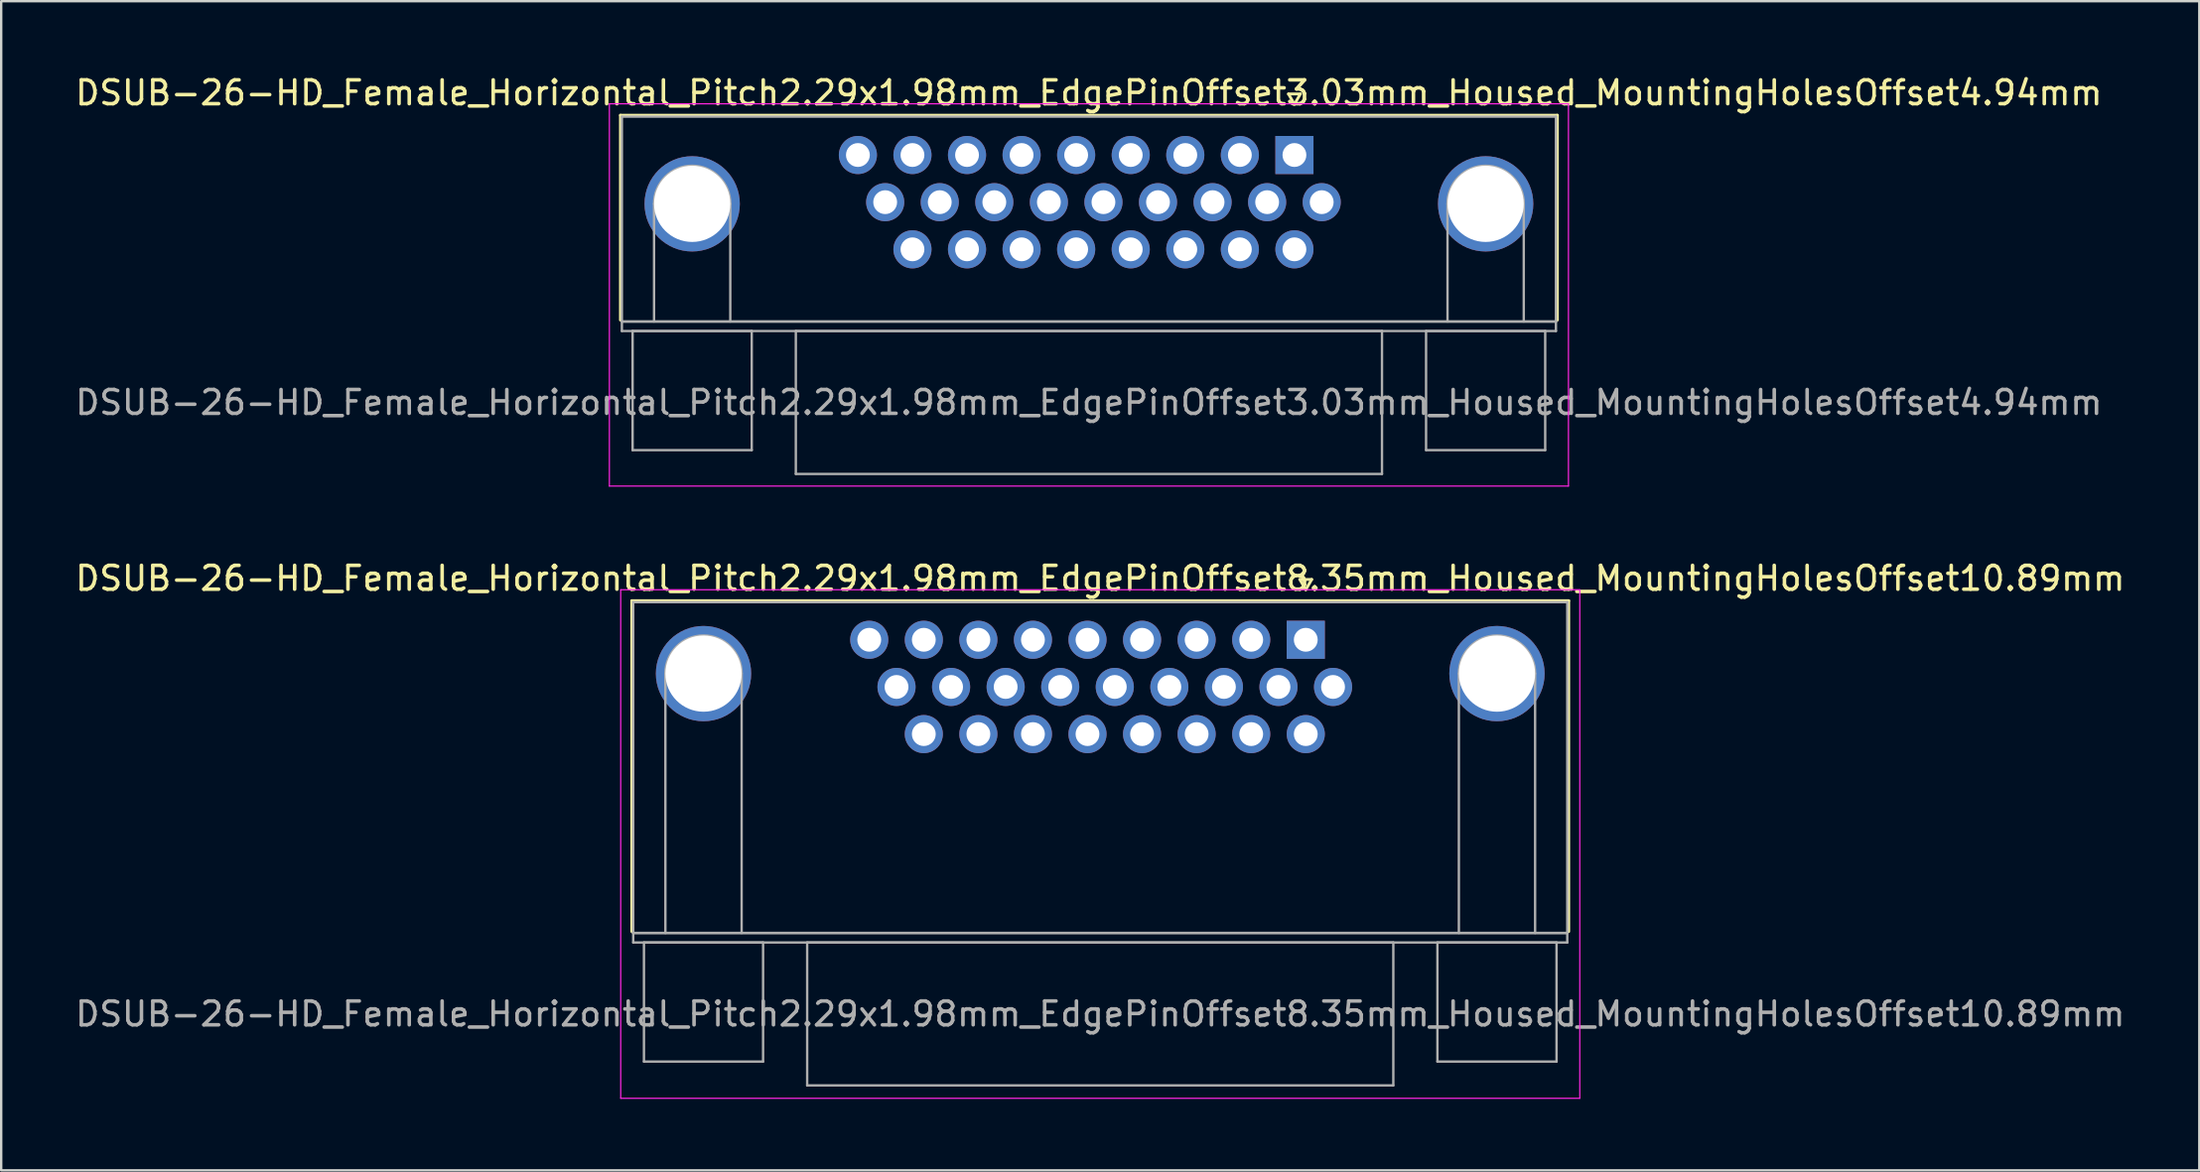
<source format=kicad_pcb>
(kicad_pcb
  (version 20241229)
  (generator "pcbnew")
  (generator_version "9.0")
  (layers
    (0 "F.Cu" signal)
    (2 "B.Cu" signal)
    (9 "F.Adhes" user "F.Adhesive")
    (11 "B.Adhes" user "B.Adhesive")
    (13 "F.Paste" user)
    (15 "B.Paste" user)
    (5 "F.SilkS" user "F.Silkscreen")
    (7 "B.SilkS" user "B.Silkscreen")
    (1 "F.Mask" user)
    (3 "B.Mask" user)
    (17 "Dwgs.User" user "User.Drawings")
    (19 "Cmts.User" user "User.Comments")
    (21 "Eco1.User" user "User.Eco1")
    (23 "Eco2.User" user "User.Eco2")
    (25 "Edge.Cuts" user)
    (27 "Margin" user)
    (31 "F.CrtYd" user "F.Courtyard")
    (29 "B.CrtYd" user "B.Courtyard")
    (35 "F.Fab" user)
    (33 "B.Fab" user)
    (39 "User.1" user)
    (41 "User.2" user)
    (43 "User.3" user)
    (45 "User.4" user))
  (footprint "DSUB-26-HD_Female_Horizontal_Pitch2.29x1.98mm_EdgePinOffset3.03mm_Housed_MountingHolesOffset4.94mm"
    (layer "F.Cu")
    (at 51.274 3.458)
    (property "Reference" "DSUB-26-HD_Female_Horizontal_Pitch2.29x1.98mm_EdgePinOffset3.03mm_Housed_MountingHolesOffset4.94mm" (at -8.625 -2.61 0) (layer "F.SilkS") (effects (font (size 1 1) (thickness 0.15))))
    (attr through_hole)
    (fp_line (start -28.285 -1.67) (end 11.035 -1.67) (stroke (width 0.12) (type solid)) (layer "F.SilkS"))
    (fp_line (start -28.285 6.93) (end -28.285 -1.67) (stroke (width 0.12) (type solid)) (layer "F.SilkS"))
    (fp_line (start -0.25 -2.564) (end 0.25 -2.564) (stroke (width 0.12) (type solid)) (layer "F.SilkS"))
    (fp_line (start 0 -2.131) (end -0.25 -2.564) (stroke (width 0.12) (type solid)) (layer "F.SilkS"))
    (fp_line (start 0.25 -2.564) (end 0 -2.131) (stroke (width 0.12) (type solid)) (layer "F.SilkS"))
    (fp_line (start 11.035 -1.67) (end 11.035 6.93) (stroke (width 0.12) (type solid)) (layer "F.SilkS"))
    (fp_line (start -28.75 -2.15) (end -28.75 13.9) (stroke (width 0.05) (type solid)) (layer "F.CrtYd"))
    (fp_line (start -28.75 13.9) (end 11.5 13.9) (stroke (width 0.05) (type solid)) (layer "F.CrtYd"))
    (fp_line (start 11.5 -2.15) (end -28.75 -2.15) (stroke (width 0.05) (type solid)) (layer "F.CrtYd"))
    (fp_line (start 11.5 13.9) (end 11.5 -2.15) (stroke (width 0.05) (type solid)) (layer "F.CrtYd"))
    (fp_line (start -28.225 -1.61) (end -28.225 6.99) (stroke (width 0.1) (type solid)) (layer "F.Fab"))
    (fp_line (start -28.225 6.99) (end -28.225 7.39) (stroke (width 0.1) (type solid)) (layer "F.Fab"))
    (fp_line (start -28.225 6.99) (end 10.975 6.99) (stroke (width 0.1) (type solid)) (layer "F.Fab"))
    (fp_line (start -28.225 7.39) (end 10.975 7.39) (stroke (width 0.1) (type solid)) (layer "F.Fab"))
    (fp_line (start -27.775 7.39) (end -27.775 12.39) (stroke (width 0.1) (type solid)) (layer "F.Fab"))
    (fp_line (start -27.775 12.39) (end -22.775 12.39) (stroke (width 0.1) (type solid)) (layer "F.Fab"))
    (fp_line (start -26.875 6.99) (end -26.875 2.05) (stroke (width 0.1) (type solid)) (layer "F.Fab"))
    (fp_line (start -23.675 6.99) (end -23.675 2.05) (stroke (width 0.1) (type solid)) (layer "F.Fab"))
    (fp_line (start -22.775 7.39) (end -27.775 7.39) (stroke (width 0.1) (type solid)) (layer "F.Fab"))
    (fp_line (start -22.775 12.39) (end -22.775 7.39) (stroke (width 0.1) (type solid)) (layer "F.Fab"))
    (fp_line (start -20.925 7.39) (end -20.925 13.39) (stroke (width 0.1) (type solid)) (layer "F.Fab"))
    (fp_line (start -20.925 13.39) (end 3.675 13.39) (stroke (width 0.1) (type solid)) (layer "F.Fab"))
    (fp_line (start 3.675 7.39) (end -20.925 7.39) (stroke (width 0.1) (type solid)) (layer "F.Fab"))
    (fp_line (start 3.675 13.39) (end 3.675 7.39) (stroke (width 0.1) (type solid)) (layer "F.Fab"))
    (fp_line (start 5.525 7.39) (end 5.525 12.39) (stroke (width 0.1) (type solid)) (layer "F.Fab"))
    (fp_line (start 5.525 12.39) (end 10.525 12.39) (stroke (width 0.1) (type solid)) (layer "F.Fab"))
    (fp_line (start 6.425 6.99) (end 6.425 2.05) (stroke (width 0.1) (type solid)) (layer "F.Fab"))
    (fp_line (start 9.625 6.99) (end 9.625 2.05) (stroke (width 0.1) (type solid)) (layer "F.Fab"))
    (fp_line (start 10.525 7.39) (end 5.525 7.39) (stroke (width 0.1) (type solid)) (layer "F.Fab"))
    (fp_line (start 10.525 12.39) (end 10.525 7.39) (stroke (width 0.1) (type solid)) (layer "F.Fab"))
    (fp_line (start 10.975 -1.61) (end -28.225 -1.61) (stroke (width 0.1) (type solid)) (layer "F.Fab"))
    (fp_line (start 10.975 6.99) (end -28.225 6.99) (stroke (width 0.1) (type solid)) (layer "F.Fab"))
    (fp_line (start 10.975 6.99) (end 10.975 -1.61) (stroke (width 0.1) (type solid)) (layer "F.Fab"))
    (fp_line (start 10.975 7.39) (end 10.975 6.99) (stroke (width 0.1) (type solid)) (layer "F.Fab"))
    (fp_arc (start -26.875 2.05) (mid -25.275 0.45) (end -23.675 2.05) (stroke (width 0.1) (type solid)) (layer "F.Fab"))
    (fp_arc (start 6.425 2.05) (mid 8.025 0.45) (end 9.625 2.05) (stroke (width 0.1) (type solid)) (layer "F.Fab"))
    (fp_text user "${REFERENCE}" (at -8.625 10.39 0) (layer "F.Fab") (effects (font (size 1 1) (thickness 0.15))))
    (pad "0" thru_hole circle (at -25.275 2.05) (size 4 4) (drill 3.2) (layers "*.Cu" "*.Mask"))
    (pad "0" thru_hole circle (at 8.025 2.05) (size 4 4) (drill 3.2) (layers "*.Cu" "*.Mask"))
    (pad "1" thru_hole rect (at 0 0) (size 1.6 1.6) (drill 1) (layers "*.Cu" "*.Mask"))
    (pad "2" thru_hole circle (at -2.29 0) (size 1.6 1.6) (drill 1) (layers "*.Cu" "*.Mask"))
    (pad "3" thru_hole circle (at -4.58 0) (size 1.6 1.6) (drill 1) (layers "*.Cu" "*.Mask"))
    (pad "4" thru_hole circle (at -6.87 0) (size 1.6 1.6) (drill 1) (layers "*.Cu" "*.Mask"))
    (pad "5" thru_hole circle (at -9.16 0) (size 1.6 1.6) (drill 1) (layers "*.Cu" "*.Mask"))
    (pad "6" thru_hole circle (at -11.45 0) (size 1.6 1.6) (drill 1) (layers "*.Cu" "*.Mask"))
    (pad "7" thru_hole circle (at -13.74 0) (size 1.6 1.6) (drill 1) (layers "*.Cu" "*.Mask"))
    (pad "8" thru_hole circle (at -16.03 0) (size 1.6 1.6) (drill 1) (layers "*.Cu" "*.Mask"))
    (pad "9" thru_hole circle (at -18.32 0) (size 1.6 1.6) (drill 1) (layers "*.Cu" "*.Mask"))
    (pad "10" thru_hole circle (at 1.145 1.98) (size 1.6 1.6) (drill 1) (layers "*.Cu" "*.Mask"))
    (pad "11" thru_hole circle (at -1.145 1.98) (size 1.6 1.6) (drill 1) (layers "*.Cu" "*.Mask"))
    (pad "12" thru_hole circle (at -3.435 1.98) (size 1.6 1.6) (drill 1) (layers "*.Cu" "*.Mask"))
    (pad "13" thru_hole circle (at -5.725 1.98) (size 1.6 1.6) (drill 1) (layers "*.Cu" "*.Mask"))
    (pad "14" thru_hole circle (at -8.015 1.98) (size 1.6 1.6) (drill 1) (layers "*.Cu" "*.Mask"))
    (pad "15" thru_hole circle (at -10.305 1.98) (size 1.6 1.6) (drill 1) (layers "*.Cu" "*.Mask"))
    (pad "16" thru_hole circle (at -12.595 1.98) (size 1.6 1.6) (drill 1) (layers "*.Cu" "*.Mask"))
    (pad "17" thru_hole circle (at -14.885 1.98) (size 1.6 1.6) (drill 1) (layers "*.Cu" "*.Mask"))
    (pad "18" thru_hole circle (at -17.175 1.98) (size 1.6 1.6) (drill 1) (layers "*.Cu" "*.Mask"))
    (pad "19" thru_hole circle (at 0 3.96) (size 1.6 1.6) (drill 1) (layers "*.Cu" "*.Mask"))
    (pad "20" thru_hole circle (at -2.29 3.96) (size 1.6 1.6) (drill 1) (layers "*.Cu" "*.Mask"))
    (pad "21" thru_hole circle (at -4.58 3.96) (size 1.6 1.6) (drill 1) (layers "*.Cu" "*.Mask"))
    (pad "22" thru_hole circle (at -6.87 3.96) (size 1.6 1.6) (drill 1) (layers "*.Cu" "*.Mask"))
    (pad "23" thru_hole circle (at -9.16 3.96) (size 1.6 1.6) (drill 1) (layers "*.Cu" "*.Mask"))
    (pad "24" thru_hole circle (at -11.45 3.96) (size 1.6 1.6) (drill 1) (layers "*.Cu" "*.Mask"))
    (pad "25" thru_hole circle (at -13.74 3.96) (size 1.6 1.6) (drill 1) (layers "*.Cu" "*.Mask"))
    (pad "26" thru_hole circle (at -16.03 3.96) (size 1.6 1.6) (drill 1) (layers "*.Cu" "*.Mask")))
  (footprint "DSUB-26-HD_Female_Horizontal_Pitch2.29x1.98mm_EdgePinOffset8.35mm_Housed_MountingHolesOffset10.89mm"
    (layer "F.Cu")
    (at 51.75 23.811)
    (property "Reference" "DSUB-26-HD_Female_Horizontal_Pitch2.29x1.98mm_EdgePinOffset8.35mm_Housed_MountingHolesOffset10.89mm" (at -8.625 -2.58 0) (layer "F.SilkS") (effects (font (size 1 1) (thickness 0.15))))
    (attr through_hole)
    (fp_line (start -28.285 -1.64) (end 11.035 -1.64) (stroke (width 0.12) (type solid)) (layer "F.SilkS"))
    (fp_line (start -28.285 12.25) (end -28.285 -1.64) (stroke (width 0.12) (type solid)) (layer "F.SilkS"))
    (fp_line (start -0.25 -2.534) (end 0.25 -2.534) (stroke (width 0.12) (type solid)) (layer "F.SilkS"))
    (fp_line (start 0 -2.101) (end -0.25 -2.534) (stroke (width 0.12) (type solid)) (layer "F.SilkS"))
    (fp_line (start 0.25 -2.534) (end 0 -2.101) (stroke (width 0.12) (type solid)) (layer "F.SilkS"))
    (fp_line (start 11.035 -1.64) (end 11.035 12.25) (stroke (width 0.12) (type solid)) (layer "F.SilkS"))
    (fp_line (start -28.75 -2.1) (end -28.75 19.25) (stroke (width 0.05) (type solid)) (layer "F.CrtYd"))
    (fp_line (start -28.75 19.25) (end 11.5 19.25) (stroke (width 0.05) (type solid)) (layer "F.CrtYd"))
    (fp_line (start 11.5 -2.1) (end -28.75 -2.1) (stroke (width 0.05) (type solid)) (layer "F.CrtYd"))
    (fp_line (start 11.5 19.25) (end 11.5 -2.1) (stroke (width 0.05) (type solid)) (layer "F.CrtYd"))
    (fp_line (start -28.225 -1.58) (end -28.225 12.31) (stroke (width 0.1) (type solid)) (layer "F.Fab"))
    (fp_line (start -28.225 12.31) (end -28.225 12.71) (stroke (width 0.1) (type solid)) (layer "F.Fab"))
    (fp_line (start -28.225 12.31) (end 10.975 12.31) (stroke (width 0.1) (type solid)) (layer "F.Fab"))
    (fp_line (start -28.225 12.71) (end 10.975 12.71) (stroke (width 0.1) (type solid)) (layer "F.Fab"))
    (fp_line (start -27.775 12.71) (end -27.775 17.71) (stroke (width 0.1) (type solid)) (layer "F.Fab"))
    (fp_line (start -27.775 17.71) (end -22.775 17.71) (stroke (width 0.1) (type solid)) (layer "F.Fab"))
    (fp_line (start -26.875 12.31) (end -26.875 1.42) (stroke (width 0.1) (type solid)) (layer "F.Fab"))
    (fp_line (start -23.675 12.31) (end -23.675 1.42) (stroke (width 0.1) (type solid)) (layer "F.Fab"))
    (fp_line (start -22.775 12.71) (end -27.775 12.71) (stroke (width 0.1) (type solid)) (layer "F.Fab"))
    (fp_line (start -22.775 17.71) (end -22.775 12.71) (stroke (width 0.1) (type solid)) (layer "F.Fab"))
    (fp_line (start -20.925 12.71) (end -20.925 18.71) (stroke (width 0.1) (type solid)) (layer "F.Fab"))
    (fp_line (start -20.925 18.71) (end 3.675 18.71) (stroke (width 0.1) (type solid)) (layer "F.Fab"))
    (fp_line (start 3.675 12.71) (end -20.925 12.71) (stroke (width 0.1) (type solid)) (layer "F.Fab"))
    (fp_line (start 3.675 18.71) (end 3.675 12.71) (stroke (width 0.1) (type solid)) (layer "F.Fab"))
    (fp_line (start 5.525 12.71) (end 5.525 17.71) (stroke (width 0.1) (type solid)) (layer "F.Fab"))
    (fp_line (start 5.525 17.71) (end 10.525 17.71) (stroke (width 0.1) (type solid)) (layer "F.Fab"))
    (fp_line (start 6.425 12.31) (end 6.425 1.42) (stroke (width 0.1) (type solid)) (layer "F.Fab"))
    (fp_line (start 9.625 12.31) (end 9.625 1.42) (stroke (width 0.1) (type solid)) (layer "F.Fab"))
    (fp_line (start 10.525 12.71) (end 5.525 12.71) (stroke (width 0.1) (type solid)) (layer "F.Fab"))
    (fp_line (start 10.525 17.71) (end 10.525 12.71) (stroke (width 0.1) (type solid)) (layer "F.Fab"))
    (fp_line (start 10.975 -1.58) (end -28.225 -1.58) (stroke (width 0.1) (type solid)) (layer "F.Fab"))
    (fp_line (start 10.975 12.31) (end -28.225 12.31) (stroke (width 0.1) (type solid)) (layer "F.Fab"))
    (fp_line (start 10.975 12.31) (end 10.975 -1.58) (stroke (width 0.1) (type solid)) (layer "F.Fab"))
    (fp_line (start 10.975 12.71) (end 10.975 12.31) (stroke (width 0.1) (type solid)) (layer "F.Fab"))
    (fp_arc (start -26.875 1.42) (mid -25.275 -0.18) (end -23.675 1.42) (stroke (width 0.1) (type solid)) (layer "F.Fab"))
    (fp_arc (start 6.425 1.42) (mid 8.025 -0.18) (end 9.625 1.42) (stroke (width 0.1) (type solid)) (layer "F.Fab"))
    (fp_text user "${REFERENCE}" (at -8.625 15.71 0) (layer "F.Fab") (effects (font (size 1 1) (thickness 0.15))))
    (pad "0" thru_hole circle (at -25.275 1.42) (size 4 4) (drill 3.2) (layers "*.Cu" "*.Mask"))
    (pad "0" thru_hole circle (at 8.025 1.42) (size 4 4) (drill 3.2) (layers "*.Cu" "*.Mask"))
    (pad "1" thru_hole rect (at 0 0) (size 1.6 1.6) (drill 1) (layers "*.Cu" "*.Mask"))
    (pad "2" thru_hole circle (at -2.29 0) (size 1.6 1.6) (drill 1) (layers "*.Cu" "*.Mask"))
    (pad "3" thru_hole circle (at -4.58 0) (size 1.6 1.6) (drill 1) (layers "*.Cu" "*.Mask"))
    (pad "4" thru_hole circle (at -6.87 0) (size 1.6 1.6) (drill 1) (layers "*.Cu" "*.Mask"))
    (pad "5" thru_hole circle (at -9.16 0) (size 1.6 1.6) (drill 1) (layers "*.Cu" "*.Mask"))
    (pad "6" thru_hole circle (at -11.45 0) (size 1.6 1.6) (drill 1) (layers "*.Cu" "*.Mask"))
    (pad "7" thru_hole circle (at -13.74 0) (size 1.6 1.6) (drill 1) (layers "*.Cu" "*.Mask"))
    (pad "8" thru_hole circle (at -16.03 0) (size 1.6 1.6) (drill 1) (layers "*.Cu" "*.Mask"))
    (pad "9" thru_hole circle (at -18.32 0) (size 1.6 1.6) (drill 1) (layers "*.Cu" "*.Mask"))
    (pad "10" thru_hole circle (at 1.145 1.98) (size 1.6 1.6) (drill 1) (layers "*.Cu" "*.Mask"))
    (pad "11" thru_hole circle (at -1.145 1.98) (size 1.6 1.6) (drill 1) (layers "*.Cu" "*.Mask"))
    (pad "12" thru_hole circle (at -3.435 1.98) (size 1.6 1.6) (drill 1) (layers "*.Cu" "*.Mask"))
    (pad "13" thru_hole circle (at -5.725 1.98) (size 1.6 1.6) (drill 1) (layers "*.Cu" "*.Mask"))
    (pad "14" thru_hole circle (at -8.015 1.98) (size 1.6 1.6) (drill 1) (layers "*.Cu" "*.Mask"))
    (pad "15" thru_hole circle (at -10.305 1.98) (size 1.6 1.6) (drill 1) (layers "*.Cu" "*.Mask"))
    (pad "16" thru_hole circle (at -12.595 1.98) (size 1.6 1.6) (drill 1) (layers "*.Cu" "*.Mask"))
    (pad "17" thru_hole circle (at -14.885 1.98) (size 1.6 1.6) (drill 1) (layers "*.Cu" "*.Mask"))
    (pad "18" thru_hole circle (at -17.175 1.98) (size 1.6 1.6) (drill 1) (layers "*.Cu" "*.Mask"))
    (pad "19" thru_hole circle (at 0 3.96) (size 1.6 1.6) (drill 1) (layers "*.Cu" "*.Mask"))
    (pad "20" thru_hole circle (at -2.29 3.96) (size 1.6 1.6) (drill 1) (layers "*.Cu" "*.Mask"))
    (pad "21" thru_hole circle (at -4.58 3.96) (size 1.6 1.6) (drill 1) (layers "*.Cu" "*.Mask"))
    (pad "22" thru_hole circle (at -6.87 3.96) (size 1.6 1.6) (drill 1) (layers "*.Cu" "*.Mask"))
    (pad "23" thru_hole circle (at -9.16 3.96) (size 1.6 1.6) (drill 1) (layers "*.Cu" "*.Mask"))
    (pad "24" thru_hole circle (at -11.45 3.96) (size 1.6 1.6) (drill 1) (layers "*.Cu" "*.Mask"))
    (pad "25" thru_hole circle (at -13.74 3.96) (size 1.6 1.6) (drill 1) (layers "*.Cu" "*.Mask"))
    (pad "26" thru_hole circle (at -16.03 3.96) (size 1.6 1.6) (drill 1) (layers "*.Cu" "*.Mask")))
  (gr_rect
    (start -3 -3)
    (end 89.25 46.087)
    (stroke (width 0.1) (type default))
    (fill no)
    (layer "Edge.Cuts")))
</source>
